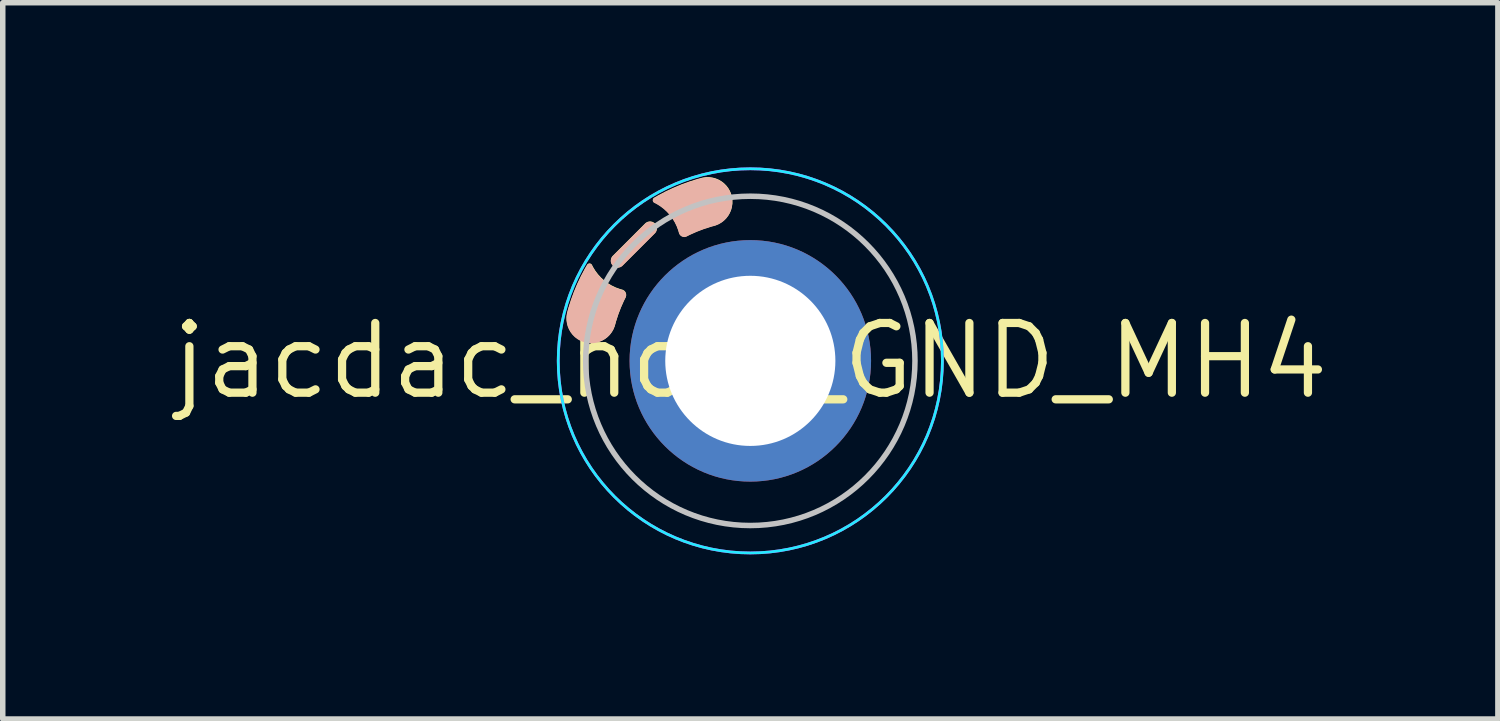
<source format=kicad_pcb>
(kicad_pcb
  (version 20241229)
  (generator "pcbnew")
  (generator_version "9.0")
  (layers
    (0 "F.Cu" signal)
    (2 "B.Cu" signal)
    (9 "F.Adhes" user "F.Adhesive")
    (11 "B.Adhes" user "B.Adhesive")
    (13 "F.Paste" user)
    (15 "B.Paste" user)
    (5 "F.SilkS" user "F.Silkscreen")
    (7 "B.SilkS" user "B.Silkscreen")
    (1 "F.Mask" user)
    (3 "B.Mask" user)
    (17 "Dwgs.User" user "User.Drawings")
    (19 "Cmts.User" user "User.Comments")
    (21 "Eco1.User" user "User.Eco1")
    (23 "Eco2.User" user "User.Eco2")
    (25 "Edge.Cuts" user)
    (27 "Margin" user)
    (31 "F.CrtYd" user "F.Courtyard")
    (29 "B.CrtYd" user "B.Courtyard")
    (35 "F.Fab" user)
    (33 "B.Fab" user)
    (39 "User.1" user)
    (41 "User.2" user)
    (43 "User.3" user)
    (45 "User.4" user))
  (footprint "jacdac_hole_GND_MH4"
    (layer "F.Cu")
    (at 10.621 3.525)
    (property "Reference" "jacdac_hole_GND_MH4" (at 0 0 0) (layer "F.SilkS") (effects (font (size 1.27 1.27) (thickness 0.15))))
    (attr through_hole exclude_from_bom)
    (fp_circle (center 0 0) (end 0 -2.5) (stroke (width 0.1) (type solid)) (fill yes) (layer "F.Mask"))
    (fp_circle (center 0 0) (end 0 -2.5) (stroke (width 0.1) (type solid)) (fill yes) (layer "B.Mask"))
    (fp_poly (pts (arc (start -2.503912 -1.915506) (mid -2.503913 -1.738729) (end -2.327135 -1.738729)) (arc (start -1.738729 -2.327135) (mid -1.73873 -2.503912) (end -1.915506 -2.503912))) (stroke (width 0) (type solid)) (fill yes) (layer "F.SilkS"))
    (fp_poly (pts (arc (start -2.27249 -1.156844) (mid -2.380797 -0.913403) (end -2.463111 -0.659989)) (arc (start -2.463111 -0.659989) (mid -3.014247 -0.341791) (end -3.332444 -0.892926)) (arc (start -3.332444 -0.892926) (mid -3.181621 -1.334087) (end -2.972693 -1.750884)) (arc (start -2.972693 -1.750884) (mid -2.927688 -1.775472) (end -2.884706 -1.747498)) (arc (start -2.884706 -1.747498) (mid -2.659468 -1.463371) (end -2.336314 -1.298959)) (arc (start -2.336314 -1.298959) (mid -2.270384 -1.243179) (end -2.27249 -1.156844))) (stroke (width 0) (type solid)) (fill yes) (layer "F.SilkS"))
    (fp_poly (pts (arc (start -1.298959 -2.336314) (mid -1.243179 -2.270384) (end -1.156844 -2.27249)) (arc (start -1.156844 -2.27249) (mid -0.913403 -2.380797) (end -0.659989 -2.463111)) (arc (start -0.659989 -2.463111) (mid -0.341792 -3.014246) (end -0.892926 -3.332444)) (arc (start -0.892926 -3.332444) (mid -1.334087 -3.181621) (end -1.750884 -2.972693)) (arc (start -1.750884 -2.972693) (mid -1.775472 -2.927688) (end -1.747498 -2.884706)) (arc (start -1.747498 -2.884706) (mid -1.463371 -2.659468) (end -1.298959 -2.336314))) (stroke (width 0) (type solid)) (fill yes) (layer "F.SilkS"))
    (fp_poly (pts (arc (start -2.505774 -1.909904) (mid -2.505775 -1.733127) (end -2.328997 -1.733127)) (arc (start -1.740591 -2.321533) (mid -1.740592 -2.49831) (end -1.917368 -2.49831))) (stroke (width 0) (type solid)) (fill yes) (layer "B.SilkS"))
    (fp_poly (pts (arc (start -2.274352 -1.151242) (mid -2.382659 -0.907801) (end -2.464973 -0.654387)) (arc (start -2.464973 -0.654387) (mid -3.016109 -0.336189) (end -3.334306 -0.887324)) (arc (start -3.334306 -0.887324) (mid -3.183483 -1.328485) (end -2.974555 -1.745282)) (arc (start -2.974555 -1.745282) (mid -2.92955 -1.76987) (end -2.886568 -1.741896)) (arc (start -2.886568 -1.741896) (mid -2.66133 -1.457769) (end -2.338176 -1.293357)) (arc (start -2.338176 -1.293357) (mid -2.272246 -1.237577) (end -2.274352 -1.151242))) (stroke (width 0) (type solid)) (fill yes) (layer "B.SilkS"))
    (fp_poly (pts (arc (start -1.300821 -2.330712) (mid -1.245041 -2.264782) (end -1.158706 -2.266888)) (arc (start -1.158706 -2.266888) (mid -0.915265 -2.375195) (end -0.661851 -2.457509)) (arc (start -0.661851 -2.457509) (mid -0.343654 -3.008644) (end -0.894788 -3.326842)) (arc (start -0.894788 -3.326842) (mid -1.335949 -3.176019) (end -1.752746 -2.967091)) (arc (start -1.752746 -2.967091) (mid -1.777334 -2.922086) (end -1.74936 -2.879104)) (arc (start -1.74936 -2.879104) (mid -1.465233 -2.653866) (end -1.300821 -2.330712))) (stroke (width 0) (type solid)) (fill yes) (layer "B.SilkS"))
    (fp_circle (center 0 0) (end 0 -3) (stroke (width 0.1) (type default)) (fill no) (layer "Dwgs.User"))
    (fp_circle (center 0 0) (end 3.5 0) (stroke (width 0.05) (type default)) (fill no) (layer "B.CrtYd"))
    (fp_circle (center 0 0) (end 3.5 0) (stroke (width 0.05) (type default)) (fill no) (layer "F.CrtYd"))
    (pad "MH4" thru_hole circle (at 0 0 90) (size 4.4 4.4) (drill 3.1) (layers "*.Cu" "*.Mask"))
    (zone (net_name "") (layers "F.Cu" "B.Cu") (hatch edge 0.508) (connect_pads) (min_thickness 0.254) (filled_areas_thickness no) (keepout (tracks allowed) (vias allowed) (pads allowed) (copperpour not_allowed) (footprints allowed)) (placement (enabled no)) (fill) (polygon (pts (xy 10.621 0.52) (xy 10.272 0.54) (xy 9.928 0.601) (xy 9.593 0.701) (xy 9.272 0.84) (xy 8.97 1.014) (xy 8.689 1.223) (xy 8.435 1.463) (xy 8.21 1.73) (xy 8.018 2.022) (xy 7.862 2.335) (xy 7.742 2.663) (xy 7.661 3.003) (xy 7.621 3.35) (xy 7.621 3.7) (xy 7.661 4.047) (xy 7.742 4.387) (xy 7.862 4.715) (xy 8.018 5.028) (xy 8.21 5.32) (xy 8.435 5.587) (xy 8.689 5.827) (xy 8.97 6.036) (xy 9.272 6.21) (xy 9.593 6.349) (xy 9.928 6.449) (xy 10.272 6.51) (xy 10.621 6.53) (xy 10.97 6.51) (xy 11.314 6.449) (xy 11.649 6.349) (xy 11.97 6.21) (xy 12.272 6.036) (xy 12.552 5.827) (xy 12.807 5.587) (xy 13.031 5.32) (xy 13.223 5.028) (xy 13.38 4.715) (xy 13.5 4.387) (xy 13.58 4.047) (xy 13.621 3.7) (xy 13.621 3.35) (xy 13.58 3.003) (xy 13.5 2.663) (xy 13.38 2.335) (xy 13.223 2.022) (xy 13.031 1.73) (xy 12.807 1.463) (xy 12.552 1.223) (xy 12.272 1.014) (xy 11.97 0.84) (xy 11.649 0.701) (xy 11.314 0.601) (xy 10.97 0.54)))))
  (gr_rect
    (start -3 -3)
    (end 24.242 10.05)
    (stroke (width 0.1) (type default))
    (fill no)
    (layer "Edge.Cuts")))
</source>
